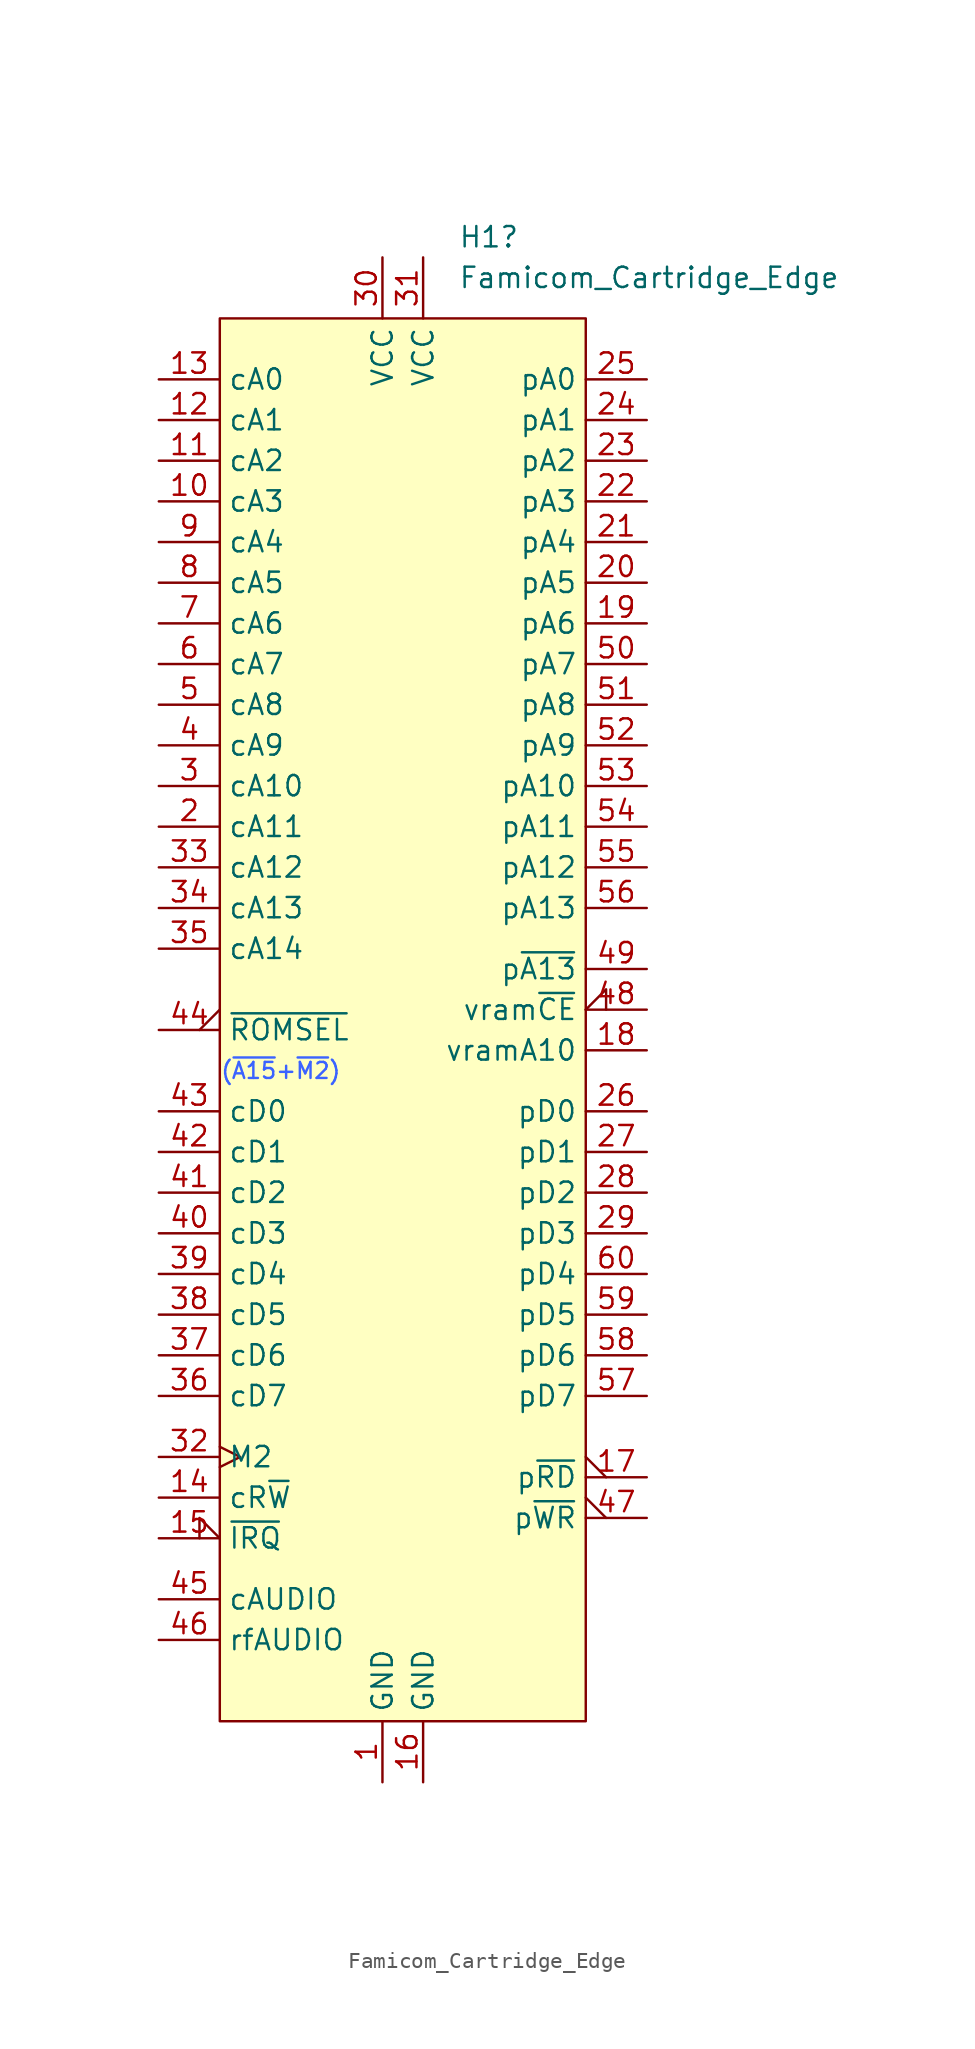
<source format=kicad_sym>
(kicad_symbol_lib
  (version 20241209)
  (generator "kicad_symbol_editor")
  (generator_version "9.0")
  (symbol "Famicom_Cartridge_Edge"
    (property "Reference" "H1"
      (at 19.974 96.52 0)
      (effects (font (size 1.27 1.27)) (justify left)))
    (property "Value" "Famicom_Cartridge_Edge"
      (at 19.974 93.98 0)
      (effects (font (size 1.27 1.27)) (justify left)))
    (property "Description" ""
      (at 0 0 0)
      (effects (font (size 1.27 1.27))))
    (symbol "Famicom_Cartridge_Edge_1_1"
      (rectangle (start 5.08 91.44) (end 27.94 3.81) (stroke (width 0) (type default)) (fill (type background)))
      (text "(~{A15}+~{M2})" (at 8.89 44.45 0) (effects (font (size 1 1) (color 59 99 255 1))))
      (pin output line (at 1.27 87.63 0) (length 3.81) (name "cA0" (effects (font (size 1.27 1.27)))) (number "13" (effects (font (size 1.27 1.27)))))
      (pin output line (at 1.27 85.09 0) (length 3.81) (name "cA1" (effects (font (size 1.27 1.27)))) (number "12" (effects (font (size 1.27 1.27)))))
      (pin output line (at 1.27 82.55 0) (length 3.81) (name "cA2" (effects (font (size 1.27 1.27)))) (number "11" (effects (font (size 1.27 1.27)))))
      (pin output line (at 1.27 80.01 0) (length 3.81) (name "cA3" (effects (font (size 1.27 1.27)))) (number "10" (effects (font (size 1.27 1.27)))))
      (pin output line (at 1.27 77.47 0) (length 3.81) (name "cA4" (effects (font (size 1.27 1.27)))) (number "9" (effects (font (size 1.27 1.27)))))
      (pin output line (at 1.27 74.93 0) (length 3.81) (name "cA5" (effects (font (size 1.27 1.27)))) (number "8" (effects (font (size 1.27 1.27)))))
      (pin output line (at 1.27 72.39 0) (length 3.81) (name "cA6" (effects (font (size 1.27 1.27)))) (number "7" (effects (font (size 1.27 1.27)))))
      (pin output line (at 1.27 69.85 0) (length 3.81) (name "cA7" (effects (font (size 1.27 1.27)))) (number "6" (effects (font (size 1.27 1.27)))))
      (pin output line (at 1.27 67.31 0) (length 3.81) (name "cA8" (effects (font (size 1.27 1.27)))) (number "5" (effects (font (size 1.27 1.27)))))
      (pin output line (at 1.27 64.77 0) (length 3.81) (name "cA9" (effects (font (size 1.27 1.27)))) (number "4" (effects (font (size 1.27 1.27)))))
      (pin output line (at 1.27 62.23 0) (length 3.81) (name "cA10" (effects (font (size 1.27 1.27)))) (number "3" (effects (font (size 1.27 1.27)))))
      (pin output line (at 1.27 59.69 0) (length 3.81) (name "cA11" (effects (font (size 1.27 1.27)))) (number "2" (effects (font (size 1.27 1.27)))))
      (pin output line (at 1.27 57.15 0) (length 3.81) (name "cA12" (effects (font (size 1.27 1.27)))) (number "33" (effects (font (size 1.27 1.27)))))
      (pin output line (at 1.27 54.61 0) (length 3.81) (name "cA13" (effects (font (size 1.27 1.27)))) (number "34" (effects (font (size 1.27 1.27)))))
      (pin output line (at 1.27 52.07 0) (length 3.81) (name "cA14" (effects (font (size 1.27 1.27)))) (number "35" (effects (font (size 1.27 1.27)))))
      (pin output output_low (at 1.27 46.99 0) (length 3.81) (name "~{ROMSEL}" (effects (font (size 1.27 1.27)))) (number "44" (effects (font (size 1.27 1.27)))))
      (pin bidirectional line (at 1.27 41.91 0) (length 3.81) (name "cD0" (effects (font (size 1.27 1.27)))) (number "43" (effects (font (size 1.27 1.27)))))
      (pin bidirectional line (at 1.27 39.37 0) (length 3.81) (name "cD1" (effects (font (size 1.27 1.27)))) (number "42" (effects (font (size 1.27 1.27)))))
      (pin bidirectional line (at 1.27 36.83 0) (length 3.81) (name "cD2" (effects (font (size 1.27 1.27)))) (number "41" (effects (font (size 1.27 1.27)))))
      (pin bidirectional line (at 1.27 34.29 0) (length 3.81) (name "cD3" (effects (font (size 1.27 1.27)))) (number "40" (effects (font (size 1.27 1.27)))))
      (pin bidirectional line (at 1.27 31.75 0) (length 3.81) (name "cD4" (effects (font (size 1.27 1.27)))) (number "39" (effects (font (size 1.27 1.27)))))
      (pin bidirectional line (at 1.27 29.21 0) (length 3.81) (name "cD5" (effects (font (size 1.27 1.27)))) (number "38" (effects (font (size 1.27 1.27)))))
      (pin bidirectional line (at 1.27 26.67 0) (length 3.81) (name "cD6" (effects (font (size 1.27 1.27)))) (number "37" (effects (font (size 1.27 1.27)))))
      (pin bidirectional line (at 1.27 24.13 0) (length 3.81) (name "cD7" (effects (font (size 1.27 1.27)))) (number "36" (effects (font (size 1.27 1.27)))))
      (pin output clock (at 1.27 20.32 0) (length 3.81) (name "M2" (effects (font (size 1.27 1.27)))) (number "32" (effects (font (size 1.27 1.27)))))
      (pin output line (at 1.27 17.78 0) (length 3.81) (name "cR~{W}" (effects (font (size 1.27 1.27)))) (number "14" (effects (font (size 1.27 1.27)))))
      (pin input input_low (at 1.27 15.24 0) (length 3.81) (name "~{IRQ}" (effects (font (size 1.27 1.27)))) (number "15" (effects (font (size 1.27 1.27)))))
      (pin output line (at 1.27 11.43 0) (length 3.81) (name "cAUDIO" (effects (font (size 1.27 1.27)))) (number "45" (effects (font (size 1.27 1.27)))))
      (pin input line (at 1.27 8.89 0) (length 3.81) (name "rfAUDIO" (effects (font (size 1.27 1.27)))) (number "46" (effects (font (size 1.27 1.27)))))
      (pin power_out line (at 15.24 95.25 270) (length 3.81) (name "VCC" (effects (font (size 1.27 1.27)))) (number "30" (effects (font (size 1.27 1.27)))))
      (pin power_out line (at 15.24 0 90) (length 3.81) (name "GND" (effects (font (size 1.27 1.27)))) (number "1" (effects (font (size 1.27 1.27)))))
      (pin passive line (at 17.78 95.25 270) (length 3.81) (name "VCC" (effects (font (size 1.27 1.27)))) (number "31" (effects (font (size 1.27 1.27)))))
      (pin passive line (at 17.78 0 90) (length 3.81) (name "GND" (effects (font (size 1.27 1.27)))) (number "16" (effects (font (size 1.27 1.27)))))
      (pin output line (at 31.75 87.63 180) (length 3.81) (name "pA0" (effects (font (size 1.27 1.27)))) (number "25" (effects (font (size 1.27 1.27)))))
      (pin output line (at 31.75 85.09 180) (length 3.81) (name "pA1" (effects (font (size 1.27 1.27)))) (number "24" (effects (font (size 1.27 1.27)))))
      (pin output line (at 31.75 82.55 180) (length 3.81) (name "pA2" (effects (font (size 1.27 1.27)))) (number "23" (effects (font (size 1.27 1.27)))))
      (pin output line (at 31.75 80.01 180) (length 3.81) (name "pA3" (effects (font (size 1.27 1.27)))) (number "22" (effects (font (size 1.27 1.27)))))
      (pin output line (at 31.75 77.47 180) (length 3.81) (name "pA4" (effects (font (size 1.27 1.27)))) (number "21" (effects (font (size 1.27 1.27)))))
      (pin output line (at 31.75 74.93 180) (length 3.81) (name "pA5" (effects (font (size 1.27 1.27)))) (number "20" (effects (font (size 1.27 1.27)))))
      (pin output line (at 31.75 72.39 180) (length 3.81) (name "pA6" (effects (font (size 1.27 1.27)))) (number "19" (effects (font (size 1.27 1.27)))))
      (pin output line (at 31.75 69.85 180) (length 3.81) (name "pA7" (effects (font (size 1.27 1.27)))) (number "50" (effects (font (size 1.27 1.27)))))
      (pin output line (at 31.75 67.31 180) (length 3.81) (name "pA8" (effects (font (size 1.27 1.27)))) (number "51" (effects (font (size 1.27 1.27)))))
      (pin output line (at 31.75 64.77 180) (length 3.81) (name "pA9" (effects (font (size 1.27 1.27)))) (number "52" (effects (font (size 1.27 1.27)))))
      (pin output line (at 31.75 62.23 180) (length 3.81) (name "pA10" (effects (font (size 1.27 1.27)))) (number "53" (effects (font (size 1.27 1.27)))))
      (pin output line (at 31.75 59.69 180) (length 3.81) (name "pA11" (effects (font (size 1.27 1.27)))) (number "54" (effects (font (size 1.27 1.27)))))
      (pin output line (at 31.75 57.15 180) (length 3.81) (name "pA12" (effects (font (size 1.27 1.27)))) (number "55" (effects (font (size 1.27 1.27)))))
      (pin output line (at 31.75 54.61 180) (length 3.81) (name "pA13" (effects (font (size 1.27 1.27)))) (number "56" (effects (font (size 1.27 1.27)))))
      (pin output line (at 31.75 50.8 180) (length 3.81) (name "p~{A13}" (effects (font (size 1.27 1.27)))) (number "49" (effects (font (size 1.27 1.27)))))
      (pin input input_low (at 31.75 48.26 180) (length 3.81) (name "vram~{CE}" (effects (font (size 1.27 1.27)))) (number "48" (effects (font (size 1.27 1.27)))))
      (pin input line (at 31.75 45.72 180) (length 3.81) (name "vramA10" (effects (font (size 1.27 1.27)))) (number "18" (effects (font (size 1.27 1.27)))))
      (pin bidirectional line (at 31.75 41.91 180) (length 3.81) (name "pD0" (effects (font (size 1.27 1.27)))) (number "26" (effects (font (size 1.27 1.27)))))
      (pin bidirectional line (at 31.75 39.37 180) (length 3.81) (name "pD1" (effects (font (size 1.27 1.27)))) (number "27" (effects (font (size 1.27 1.27)))))
      (pin bidirectional line (at 31.75 36.83 180) (length 3.81) (name "pD2" (effects (font (size 1.27 1.27)))) (number "28" (effects (font (size 1.27 1.27)))))
      (pin bidirectional line (at 31.75 34.29 180) (length 3.81) (name "pD3" (effects (font (size 1.27 1.27)))) (number "29" (effects (font (size 1.27 1.27)))))
      (pin bidirectional line (at 31.75 31.75 180) (length 3.81) (name "pD4" (effects (font (size 1.27 1.27)))) (number "60" (effects (font (size 1.27 1.27)))))
      (pin bidirectional line (at 31.75 29.21 180) (length 3.81) (name "pD5" (effects (font (size 1.27 1.27)))) (number "59" (effects (font (size 1.27 1.27)))))
      (pin bidirectional line (at 31.75 26.67 180) (length 3.81) (name "pD6" (effects (font (size 1.27 1.27)))) (number "58" (effects (font (size 1.27 1.27)))))
      (pin bidirectional line (at 31.75 24.13 180) (length 3.81) (name "pD7" (effects (font (size 1.27 1.27)))) (number "57" (effects (font (size 1.27 1.27)))))
      (pin output output_low (at 31.75 19.05 180) (length 3.81) (name "p~{RD}" (effects (font (size 1.27 1.27)))) (number "17" (effects (font (size 1.27 1.27)))))
      (pin output output_low (at 31.75 16.51 180) (length 3.81) (name "p~{WR}" (effects (font (size 1.27 1.27)))) (number "47" (effects (font (size 1.27 1.27))))))))
</source>
